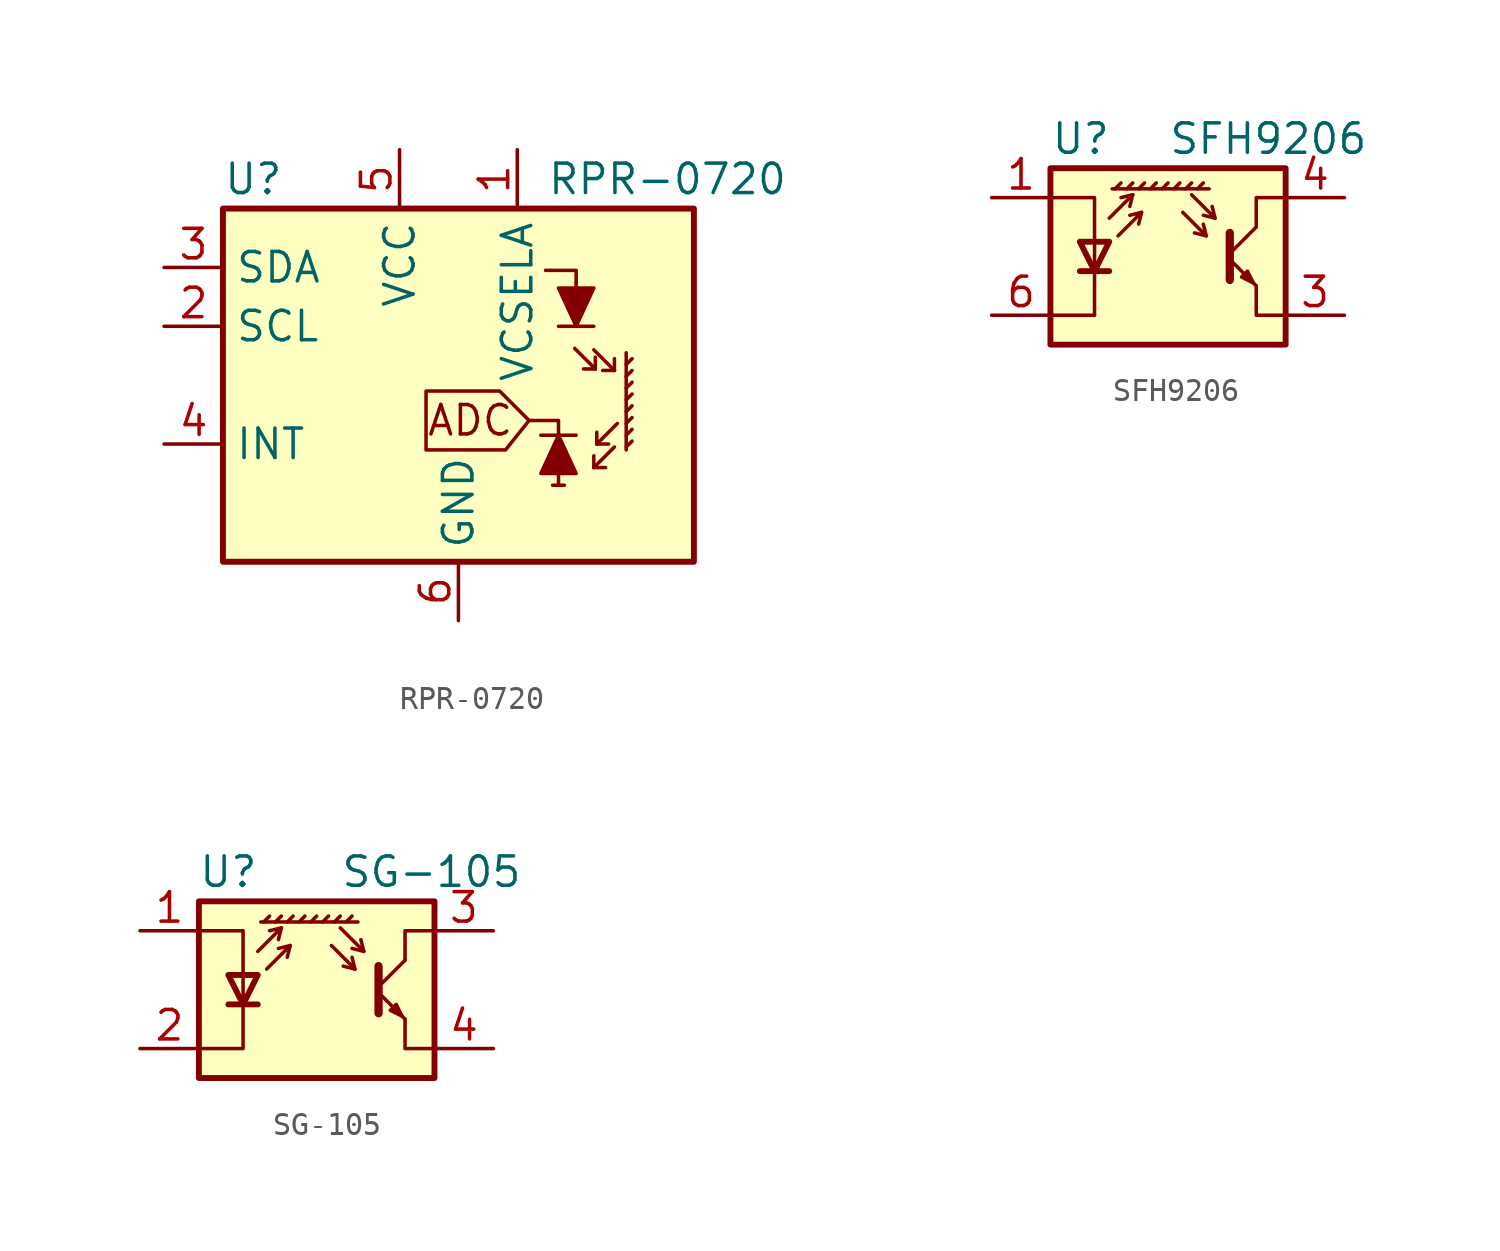
<source format=kicad_sym>
(kicad_symbol_lib
  (version 20231120)
  (generator "kicad_symbol_editor")
  (generator_version "8.0")
  (symbol "RPR-0720"
    (property "Reference" "U"
      (at -10.16 8.89 0)
      (effects (font (size 1.27 1.27)) (justify left)))
    (property "Value" "RPR-0720"
      (at 3.81 8.89 0)
      (effects (font (size 1.27 1.27)) (justify left)))
    (symbol "RPR-0720_0_0"
      (polyline (pts (xy 3.048 -1.524) (xy 1.778 -0.254) (xy -1.397 -0.254) (xy -1.397 -1.524) (xy -1.397 -2.794) (xy 2.032 -2.794) (xy 3.048 -1.524)) (stroke (width 0) (type default)) (fill (type none)))
      (text "ADC" (at 0.508 -1.524 0) (effects (font (size 1.27 1.27)))))
    (symbol "RPR-0720_0_1"
      (rectangle (start -10.16 7.62) (end 10.16 -7.62) (stroke (width 0.254) (type default)) (fill (type background)))
      (polyline (pts (xy 5.08 2.54) (xy 5.08 4.445)) (stroke (width 0) (type default)) (fill (type none)))
      (polyline (pts (xy 7.239 -2.667) (xy 7.493 -2.413)) (stroke (width 0) (type default)) (fill (type none)))
      (polyline (pts (xy 7.239 -2.159) (xy 7.493 -1.905)) (stroke (width 0) (type default)) (fill (type none)))
      (polyline (pts (xy 7.239 -1.651) (xy 7.493 -1.397)) (stroke (width 0) (type default)) (fill (type none)))
      (polyline (pts (xy 7.239 -1.143) (xy 7.493 -0.889)) (stroke (width 0) (type default)) (fill (type none)))
      (polyline (pts (xy 7.239 -0.635) (xy 7.493 -0.381)) (stroke (width 0) (type default)) (fill (type none)))
      (polyline (pts (xy 7.239 -0.127) (xy 7.493 0.127)) (stroke (width 0) (type default)) (fill (type none)))
      (polyline (pts (xy 7.239 0.381) (xy 7.493 0.635)) (stroke (width 0) (type default)) (fill (type none)))
      (polyline (pts (xy 7.239 0.889) (xy 7.493 1.143)) (stroke (width 0) (type default)) (fill (type none)))
      (polyline (pts (xy 7.239 1.397) (xy 7.239 -2.794)) (stroke (width 0) (type default)) (fill (type none)))
      (polyline (pts (xy 3.759 4.953) (xy 5.08 4.953) (xy 5.08 4.445)) (stroke (width 0) (type default)) (fill (type none))))
    (symbol "RPR-0720_1_0"
      (polyline (pts (xy 4.318 -4.318) (xy 4.318 -1.524) (xy 3.048 -1.524)) (stroke (width 0) (type default)) (fill (type none))))
    (symbol "RPR-0720_1_1"
      (polyline (pts (xy 4.064 -4.318) (xy 4.572 -4.318)) (stroke (width 0) (type default)) (fill (type none)))
      (polyline (pts (xy 5.08 -2.159) (xy 3.556 -2.159)) (stroke (width 0) (type default)) (fill (type none)))
      (polyline (pts (xy 5.842 -3.556) (xy 5.842 -3.048)) (stroke (width 0) (type default)) (fill (type none)))
      (polyline (pts (xy 5.842 -3.556) (xy 6.35 -3.556)) (stroke (width 0) (type default)) (fill (type none)))
      (polyline (pts (xy 5.842 -3.556) (xy 6.731 -2.667)) (stroke (width 0) (type default)) (fill (type none)))
      (polyline (pts (xy 5.842 2.54) (xy 4.318 2.54)) (stroke (width 0) (type default)) (fill (type none)))
      (polyline (pts (xy 5.905 0.699) (xy 5.016 1.587)) (stroke (width 0) (type default)) (fill (type none)))
      (polyline (pts (xy 5.905 0.699) (xy 5.397 0.699)) (stroke (width 0) (type default)) (fill (type none)))
      (polyline (pts (xy 5.905 0.699) (xy 5.905 1.206)) (stroke (width 0) (type default)) (fill (type none)))
      (polyline (pts (xy 5.969 -2.54) (xy 5.969 -2.032)) (stroke (width 0) (type default)) (fill (type none)))
      (polyline (pts (xy 5.969 -2.54) (xy 6.477 -2.54)) (stroke (width 0) (type default)) (fill (type none)))
      (polyline (pts (xy 5.969 -2.54) (xy 6.858 -1.651)) (stroke (width 0) (type default)) (fill (type none)))
      (polyline (pts (xy 6.731 0.635) (xy 5.842 1.524)) (stroke (width 0) (type default)) (fill (type none)))
      (polyline (pts (xy 6.731 0.635) (xy 6.223 0.635)) (stroke (width 0) (type default)) (fill (type none)))
      (polyline (pts (xy 6.731 0.635) (xy 6.731 1.143)) (stroke (width 0) (type default)) (fill (type none)))
      (polyline (pts (xy 5.08 -3.81) (xy 3.556 -3.81) (xy 4.318 -2.159) (xy 5.08 -3.81)) (stroke (width 0) (type default)) (fill (type outline)))
      (polyline (pts (xy 5.842 4.191) (xy 4.318 4.191) (xy 5.08 2.54) (xy 5.842 4.191)) (stroke (width 0) (type default)) (fill (type outline)))
      (pin power_in line (at 2.54 10.16 270) (length 2.54) (name "VCSELA" (effects (font (size 1.27 1.27)))) (number "1" (effects (font (size 1.27 1.27)))))
      (pin input line (at -12.7 2.54 0) (length 2.54) (name "SCL" (effects (font (size 1.27 1.27)))) (number "2" (effects (font (size 1.27 1.27)))))
      (pin bidirectional line (at -12.7 5.08 0) (length 2.54) (name "SDA" (effects (font (size 1.27 1.27)))) (number "3" (effects (font (size 1.27 1.27)))))
      (pin open_collector line (at -12.7 -2.54 0) (length 2.54) (name "INT" (effects (font (size 1.27 1.27)))) (number "4" (effects (font (size 1.27 1.27)))))
      (pin power_in line (at -2.54 10.16 270) (length 2.54) (name "VCC" (effects (font (size 1.27 1.27)))) (number "5" (effects (font (size 1.27 1.27)))))
      (pin power_in line (at 0 -10.16 90) (length 2.54) (name "GND" (effects (font (size 1.27 1.27)))) (number "6" (effects (font (size 1.27 1.27)))))))
  (symbol "SFH9206"
    (pin_names
      (offset 0.025) hide)
    (property "Reference" "U"
      (at -5.08 5.08 0)
      (effects (font (size 1.27 1.27)) (justify left)))
    (property "Value" "SFH9206"
      (at 0 5.08 0)
      (effects (font (size 1.27 1.27)) (justify left)))
    (symbol "SFH9206_0_1"
      (polyline (pts (xy -3.81 -0.635) (xy -2.54 -0.635)) (stroke (width 0.254) (type default)) (fill (type none)))
      (polyline (pts (xy -2.286 2.921) (xy -2.032 3.175)) (stroke (width 0) (type default)) (fill (type none)))
      (polyline (pts (xy -1.778 2.921) (xy -1.524 3.175)) (stroke (width 0) (type default)) (fill (type none)))
      (polyline (pts (xy -1.524 2.667) (xy -1.651 2.159)) (stroke (width 0) (type default)) (fill (type none)))
      (polyline (pts (xy -1.27 2.921) (xy -1.016 3.175)) (stroke (width 0) (type default)) (fill (type none)))
      (polyline (pts (xy -1.143 1.905) (xy -1.27 1.397)) (stroke (width 0) (type default)) (fill (type none)))
      (polyline (pts (xy -0.762 2.921) (xy -0.508 3.175)) (stroke (width 0) (type default)) (fill (type none)))
      (polyline (pts (xy -0.254 2.921) (xy 0 3.175)) (stroke (width 0) (type default)) (fill (type none)))
      (polyline (pts (xy 0.254 2.921) (xy 0.508 3.175)) (stroke (width 0) (type default)) (fill (type none)))
      (polyline (pts (xy 0.762 2.921) (xy 1.016 3.175)) (stroke (width 0) (type default)) (fill (type none)))
      (polyline (pts (xy 1.27 2.921) (xy 1.524 3.175)) (stroke (width 0) (type default)) (fill (type none)))
      (polyline (pts (xy 1.651 0.889) (xy 1.143 1.016)) (stroke (width 0) (type default)) (fill (type none)))
      (polyline (pts (xy 1.778 2.921) (xy -2.413 2.921)) (stroke (width 0) (type default)) (fill (type none)))
      (polyline (pts (xy 2.032 1.651) (xy 1.524 1.778)) (stroke (width 0) (type default)) (fill (type none)))
      (polyline (pts (xy 2.667 -0.127) (xy 3.81 -1.27)) (stroke (width 0) (type default)) (fill (type none)))
      (polyline (pts (xy 2.667 0.127) (xy 3.81 1.27)) (stroke (width 0) (type default)) (fill (type none)))
      (polyline (pts (xy -2.54 1.651) (xy -1.524 2.667) (xy -2.032 2.54)) (stroke (width 0) (type default)) (fill (type none)))
      (polyline (pts (xy -2.159 0.889) (xy -1.143 1.905) (xy -1.651 1.778)) (stroke (width 0) (type default)) (fill (type none)))
      (polyline (pts (xy 0.635 1.905) (xy 1.651 0.889) (xy 1.524 1.397)) (stroke (width 0) (type default)) (fill (type none)))
      (polyline (pts (xy 1.016 2.667) (xy 2.032 1.651) (xy 1.905 2.159)) (stroke (width 0) (type default)) (fill (type none)))
      (polyline (pts (xy 2.667 1.016) (xy 2.667 -1.016) (xy 2.667 -1.016)) (stroke (width 0.356) (type default)) (fill (type none)))
      (polyline (pts (xy 3.81 -1.27) (xy 3.81 -2.54) (xy 5.08 -2.54)) (stroke (width 0) (type default)) (fill (type none)))
      (polyline (pts (xy 3.81 1.27) (xy 3.81 2.54) (xy 5.08 2.54)) (stroke (width 0) (type default)) (fill (type none)))
      (polyline (pts (xy -5.08 -2.54) (xy -3.175 -2.54) (xy -3.175 2.54) (xy -5.08 2.54)) (stroke (width 0) (type default)) (fill (type none)))
      (polyline (pts (xy -3.175 -0.635) (xy -3.81 0.635) (xy -2.54 0.635) (xy -3.175 -0.635)) (stroke (width 0.254) (type default)) (fill (type none)))
      (polyline (pts (xy 3.683 -1.143) (xy 3.429 -0.635) (xy 3.175 -0.889) (xy 3.683 -1.143)) (stroke (width 0) (type default)) (fill (type none)))
      (polyline (pts (xy -5.08 -3.81) (xy 5.08 -3.81) (xy 5.08 3.81) (xy -5.08 3.81) (xy -5.08 -3.81)) (stroke (width 0.254) (type default)) (fill (type background))))
    (symbol "SFH9206_1_1"
      (pin passive line (at -7.62 2.54 0) (length 2.54) (name "A" (effects (font (size 1.27 1.27)))) (number "1" (effects (font (size 1.27 1.27)))))
      (pin no_connect line (at -5.08 0 0) (length 2.54) hide (name "NC" (effects (font (size 1.27 1.27)))) (number "2" (effects (font (size 1.27 1.27)))))
      (pin open_emitter line (at 7.62 -2.54 180) (length 2.54) (name "E" (effects (font (size 1.27 1.27)))) (number "3" (effects (font (size 1.27 1.27)))))
      (pin open_collector line (at 7.62 2.54 180) (length 2.54) (name "C" (effects (font (size 1.27 1.27)))) (number "4" (effects (font (size 1.27 1.27)))))
      (pin no_connect line (at 5.08 0 180) (length 2.54) hide (name "NC" (effects (font (size 1.27 1.27)))) (number "5" (effects (font (size 1.27 1.27)))))
      (pin passive line (at -7.62 -2.54 0) (length 2.54) (name "K" (effects (font (size 1.27 1.27)))) (number "6" (effects (font (size 1.27 1.27)))))))
  (symbol "SG-105"
    (pin_names
      (offset 1.016) hide)
    (property "Reference" "U"
      (at -3.81 5.08 0)
      (effects (font (size 1.27 1.27))))
    (property "Value" "SG-105"
      (at 8.89 5.08 0)
      (effects (font (size 1.27 1.27)) (justify right)))
    (symbol "SG-105_0_1"
      (polyline (pts (xy -3.81 -0.635) (xy -2.54 -0.635)) (stroke (width 0.254) (type default)) (fill (type none)))
      (polyline (pts (xy -2.286 2.921) (xy -2.032 3.175)) (stroke (width 0) (type default)) (fill (type none)))
      (polyline (pts (xy -1.778 2.921) (xy -1.524 3.175)) (stroke (width 0) (type default)) (fill (type none)))
      (polyline (pts (xy -1.524 2.667) (xy -1.651 2.159)) (stroke (width 0) (type default)) (fill (type none)))
      (polyline (pts (xy -1.27 2.921) (xy -1.016 3.175)) (stroke (width 0) (type default)) (fill (type none)))
      (polyline (pts (xy -1.143 1.905) (xy -1.27 1.397)) (stroke (width 0) (type default)) (fill (type none)))
      (polyline (pts (xy -0.762 2.921) (xy -0.508 3.175)) (stroke (width 0) (type default)) (fill (type none)))
      (polyline (pts (xy -0.254 2.921) (xy 0 3.175)) (stroke (width 0) (type default)) (fill (type none)))
      (polyline (pts (xy 0.254 2.921) (xy 0.508 3.175)) (stroke (width 0) (type default)) (fill (type none)))
      (polyline (pts (xy 0.762 2.921) (xy 1.016 3.175)) (stroke (width 0) (type default)) (fill (type none)))
      (polyline (pts (xy 1.27 2.921) (xy 1.524 3.175)) (stroke (width 0) (type default)) (fill (type none)))
      (polyline (pts (xy 1.651 0.889) (xy 1.143 1.016)) (stroke (width 0) (type default)) (fill (type none)))
      (polyline (pts (xy 1.778 2.921) (xy -2.413 2.921)) (stroke (width 0) (type default)) (fill (type none)))
      (polyline (pts (xy 2.032 1.651) (xy 1.524 1.778)) (stroke (width 0) (type default)) (fill (type none)))
      (polyline (pts (xy 2.667 -0.127) (xy 3.81 -1.27)) (stroke (width 0) (type default)) (fill (type none)))
      (polyline (pts (xy 2.667 0.127) (xy 3.81 1.27)) (stroke (width 0) (type default)) (fill (type none)))
      (polyline (pts (xy -2.54 1.651) (xy -1.524 2.667) (xy -2.032 2.54)) (stroke (width 0) (type default)) (fill (type none)))
      (polyline (pts (xy -2.159 0.889) (xy -1.143 1.905) (xy -1.651 1.778)) (stroke (width 0) (type default)) (fill (type none)))
      (polyline (pts (xy 0.635 1.905) (xy 1.651 0.889) (xy 1.524 1.397)) (stroke (width 0) (type default)) (fill (type none)))
      (polyline (pts (xy 1.016 2.667) (xy 2.032 1.651) (xy 1.905 2.159)) (stroke (width 0) (type default)) (fill (type none)))
      (polyline (pts (xy 2.667 1.016) (xy 2.667 -1.016) (xy 2.667 -1.016)) (stroke (width 0.356) (type default)) (fill (type none)))
      (polyline (pts (xy 3.81 -1.27) (xy 3.81 -2.54) (xy 5.08 -2.54)) (stroke (width 0) (type default)) (fill (type none)))
      (polyline (pts (xy 3.81 1.27) (xy 3.81 2.54) (xy 5.08 2.54)) (stroke (width 0) (type default)) (fill (type none)))
      (polyline (pts (xy -5.08 -2.54) (xy -3.175 -2.54) (xy -3.175 2.54) (xy -5.08 2.54)) (stroke (width 0) (type default)) (fill (type none)))
      (polyline (pts (xy -3.175 -0.635) (xy -3.81 0.635) (xy -2.54 0.635) (xy -3.175 -0.635)) (stroke (width 0.254) (type default)) (fill (type none)))
      (polyline (pts (xy 3.683 -1.143) (xy 3.429 -0.635) (xy 3.175 -0.889) (xy 3.683 -1.143)) (stroke (width 0) (type default)) (fill (type none)))
      (polyline (pts (xy -5.08 -3.81) (xy 5.08 -3.81) (xy 5.08 3.81) (xy -5.08 3.81) (xy -5.08 -3.81)) (stroke (width 0.254) (type default)) (fill (type background))))
    (symbol "SG-105_1_1"
      (pin passive line (at -7.62 2.54 0) (length 2.54) (name "A" (effects (font (size 1.27 1.27)))) (number "1" (effects (font (size 1.27 1.27)))))
      (pin passive line (at -7.62 -2.54 0) (length 2.54) (name "K" (effects (font (size 1.27 1.27)))) (number "2" (effects (font (size 1.27 1.27)))))
      (pin open_collector line (at 7.62 2.54 180) (length 2.54) (name "C" (effects (font (size 1.27 1.27)))) (number "3" (effects (font (size 1.27 1.27)))))
      (pin open_emitter line (at 7.62 -2.54 180) (length 2.54) (name "E" (effects (font (size 1.27 1.27)))) (number "4" (effects (font (size 1.27 1.27))))))))
</source>
